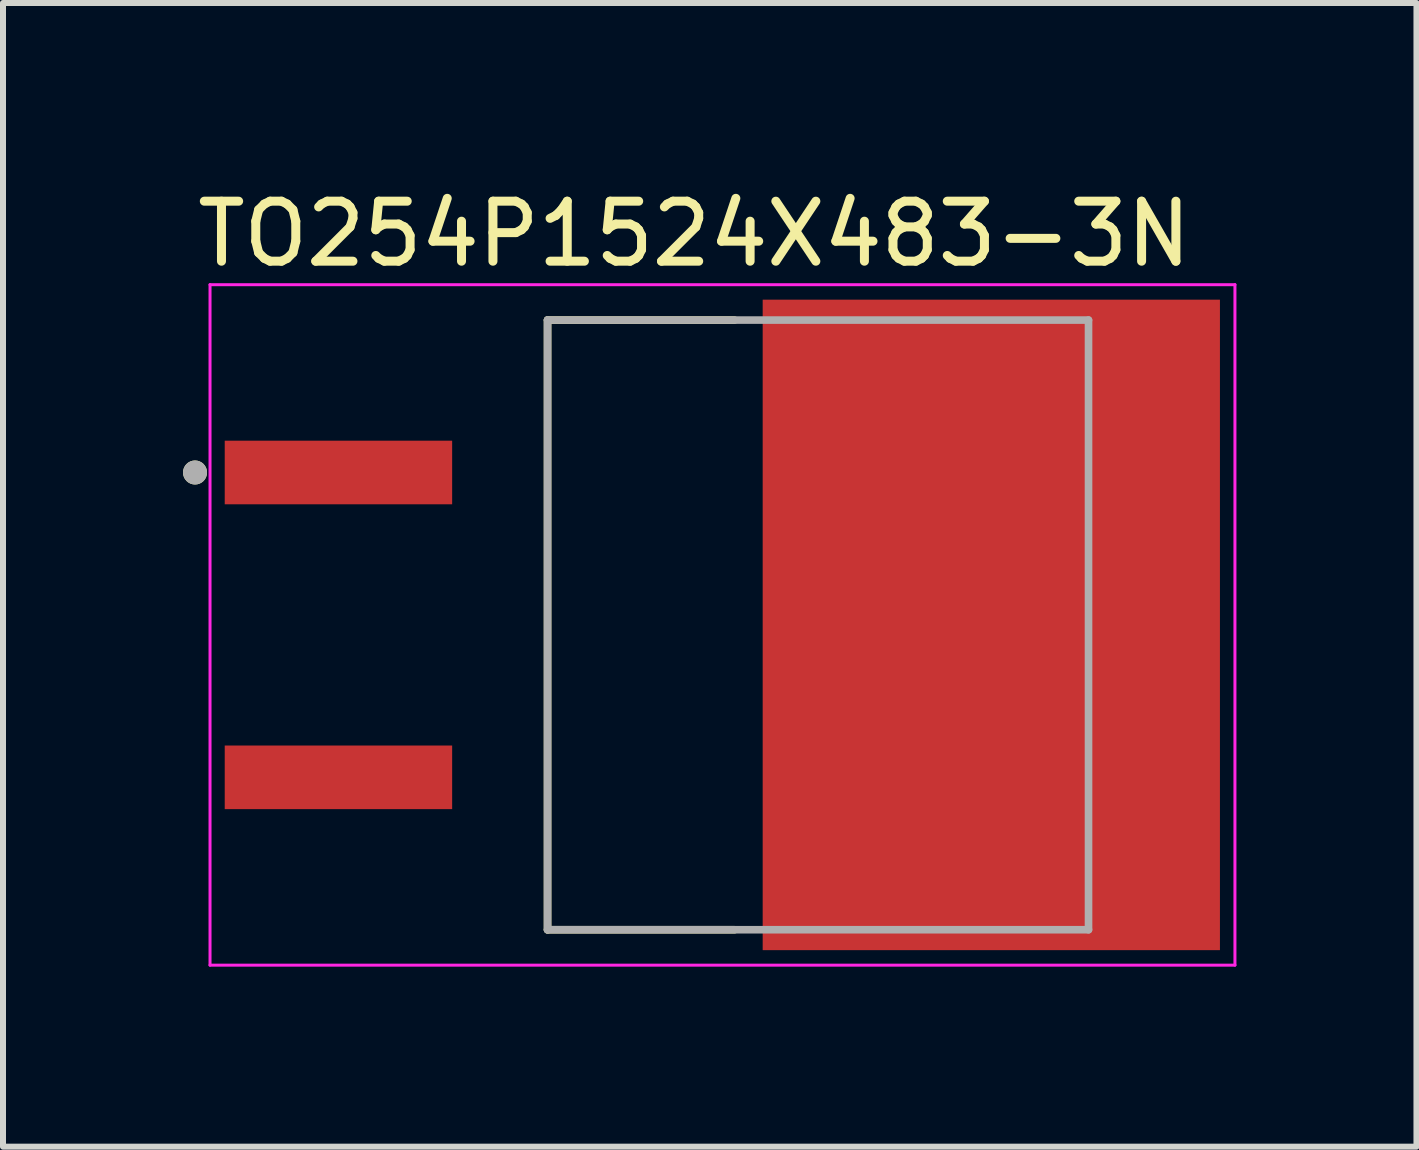
<source format=kicad_pcb>
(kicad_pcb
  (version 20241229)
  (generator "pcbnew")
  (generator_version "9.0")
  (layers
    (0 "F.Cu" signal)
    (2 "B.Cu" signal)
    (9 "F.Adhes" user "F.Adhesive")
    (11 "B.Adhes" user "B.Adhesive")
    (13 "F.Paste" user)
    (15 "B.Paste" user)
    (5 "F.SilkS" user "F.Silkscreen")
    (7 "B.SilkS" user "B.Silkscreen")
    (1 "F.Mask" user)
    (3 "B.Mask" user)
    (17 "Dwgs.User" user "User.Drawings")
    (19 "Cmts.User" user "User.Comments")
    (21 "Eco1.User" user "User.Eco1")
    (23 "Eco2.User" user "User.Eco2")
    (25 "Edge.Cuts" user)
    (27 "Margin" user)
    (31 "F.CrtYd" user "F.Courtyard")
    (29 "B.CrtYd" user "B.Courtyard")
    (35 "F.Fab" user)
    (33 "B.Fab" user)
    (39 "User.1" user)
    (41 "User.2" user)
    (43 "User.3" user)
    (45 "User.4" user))
  (footprint "TO254P1524X483-3N"
    (layer "F.Cu")
    (at 8.99 7.364)
    (property "Reference" "TO254P1524X483-3N" (at -0.468 -6.516 0) (layer "F.SilkS") (effects (font (size 1 1) (thickness 0.15))))
    (attr smd)
    (fp_line (start -2.915 -5.08) (end 0.2 -5.08) (stroke (width 0.127) (type solid)) (layer "F.SilkS"))
    (fp_line (start -2.915 5.08) (end -2.915 -5.08) (stroke (width 0.127) (type solid)) (layer "F.SilkS"))
    (fp_line (start 0.2 5.08) (end -2.915 5.08) (stroke (width 0.127) (type solid)) (layer "F.SilkS"))
    (fp_circle (center -8.79 -2.54) (end -8.69 -2.54) (stroke (width 0.2) (type solid)) (fill no) (layer "F.SilkS"))
    (fp_poly (pts (xy 1.215 -5.13) (xy 2.665 -5.13) (xy 2.665 -3.87) (xy 1.215 -3.87)) (stroke (width 0.01) (type solid)) (fill yes) (layer "F.Paste"))
    (fp_poly (pts (xy 1.215 -3.33) (xy 2.665 -3.33) (xy 2.665 -2.07) (xy 1.215 -2.07)) (stroke (width 0.01) (type solid)) (fill yes) (layer "F.Paste"))
    (fp_poly (pts (xy 1.215 -1.53) (xy 2.665 -1.53) (xy 2.665 -0.27) (xy 1.215 -0.27)) (stroke (width 0.01) (type solid)) (fill yes) (layer "F.Paste"))
    (fp_poly (pts (xy 1.215 0.27) (xy 2.665 0.27) (xy 2.665 1.53) (xy 1.215 1.53)) (stroke (width 0.01) (type solid)) (fill yes) (layer "F.Paste"))
    (fp_poly (pts (xy 1.215 2.07) (xy 2.665 2.07) (xy 2.665 3.33) (xy 1.215 3.33)) (stroke (width 0.01) (type solid)) (fill yes) (layer "F.Paste"))
    (fp_poly (pts (xy 1.215 3.87) (xy 2.665 3.87) (xy 2.665 5.13) (xy 1.215 5.13)) (stroke (width 0.01) (type solid)) (fill yes) (layer "F.Paste"))
    (fp_poly (pts (xy 3.755 -5.13) (xy 5.205 -5.13) (xy 5.205 -3.87) (xy 3.755 -3.87)) (stroke (width 0.01) (type solid)) (fill yes) (layer "F.Paste"))
    (fp_poly (pts (xy 3.755 -3.33) (xy 5.205 -3.33) (xy 5.205 -2.07) (xy 3.755 -2.07)) (stroke (width 0.01) (type solid)) (fill yes) (layer "F.Paste"))
    (fp_poly (pts (xy 3.755 -1.53) (xy 5.205 -1.53) (xy 5.205 -0.27) (xy 3.755 -0.27)) (stroke (width 0.01) (type solid)) (fill yes) (layer "F.Paste"))
    (fp_poly (pts (xy 3.755 0.27) (xy 5.205 0.27) (xy 5.205 1.53) (xy 3.755 1.53)) (stroke (width 0.01) (type solid)) (fill yes) (layer "F.Paste"))
    (fp_poly (pts (xy 3.755 2.07) (xy 5.205 2.07) (xy 5.205 3.33) (xy 3.755 3.33)) (stroke (width 0.01) (type solid)) (fill yes) (layer "F.Paste"))
    (fp_poly (pts (xy 3.755 3.87) (xy 5.205 3.87) (xy 5.205 5.13) (xy 3.755 5.13)) (stroke (width 0.01) (type solid)) (fill yes) (layer "F.Paste"))
    (fp_poly (pts (xy 6.295 -5.13) (xy 7.745 -5.13) (xy 7.745 -3.87) (xy 6.295 -3.87)) (stroke (width 0.01) (type solid)) (fill yes) (layer "F.Paste"))
    (fp_poly (pts (xy 6.295 -3.33) (xy 7.745 -3.33) (xy 7.745 -2.07) (xy 6.295 -2.07)) (stroke (width 0.01) (type solid)) (fill yes) (layer "F.Paste"))
    (fp_poly (pts (xy 6.295 -1.53) (xy 7.745 -1.53) (xy 7.745 -0.27) (xy 6.295 -0.27)) (stroke (width 0.01) (type solid)) (fill yes) (layer "F.Paste"))
    (fp_poly (pts (xy 6.295 0.27) (xy 7.745 0.27) (xy 7.745 1.53) (xy 6.295 1.53)) (stroke (width 0.01) (type solid)) (fill yes) (layer "F.Paste"))
    (fp_poly (pts (xy 6.295 2.07) (xy 7.745 2.07) (xy 7.745 3.33) (xy 6.295 3.33)) (stroke (width 0.01) (type solid)) (fill yes) (layer "F.Paste"))
    (fp_poly (pts (xy 6.295 3.87) (xy 7.745 3.87) (xy 7.745 5.13) (xy 6.295 5.13)) (stroke (width 0.01) (type solid)) (fill yes) (layer "F.Paste"))
    (fp_line (start -8.54 -5.67) (end 8.54 -5.67) (stroke (width 0.05) (type solid)) (layer "F.CrtYd"))
    (fp_line (start -8.54 5.67) (end -8.54 -5.67) (stroke (width 0.05) (type solid)) (layer "F.CrtYd"))
    (fp_line (start 8.54 -5.67) (end 8.54 5.67) (stroke (width 0.05) (type solid)) (layer "F.CrtYd"))
    (fp_line (start 8.54 5.67) (end -8.54 5.67) (stroke (width 0.05) (type solid)) (layer "F.CrtYd"))
    (fp_line (start -2.915 -5.08) (end 6.1 -5.08) (stroke (width 0.127) (type solid)) (layer "F.Fab"))
    (fp_line (start -2.915 5.08) (end -2.915 -5.08) (stroke (width 0.127) (type solid)) (layer "F.Fab"))
    (fp_line (start 6.1 -5.08) (end 6.1 5.08) (stroke (width 0.127) (type solid)) (layer "F.Fab"))
    (fp_line (start 6.1 5.08) (end -2.915 5.08) (stroke (width 0.127) (type solid)) (layer "F.Fab"))
    (fp_circle (center -8.79 -2.54) (end -8.69 -2.54) (stroke (width 0.2) (type solid)) (fill no) (layer "F.Fab"))
    (pad "1" smd rect (at -6.4 -2.54) (size 3.79 1.06) (layers "F.Cu" "F.Mask" "F.Paste"))
    (pad "2" smd rect (at 4.48 0) (size 7.62 10.84) (layers "F.Cu" "F.Mask"))
    (pad "3" smd rect (at -6.4 2.54) (size 3.79 1.06) (layers "F.Cu" "F.Mask" "F.Paste")))
  (gr_rect
    (start -3 -3)
    (end 20.555 16.059)
    (stroke (width 0.1) (type default))
    (fill no)
    (layer "Edge.Cuts")))
</source>
